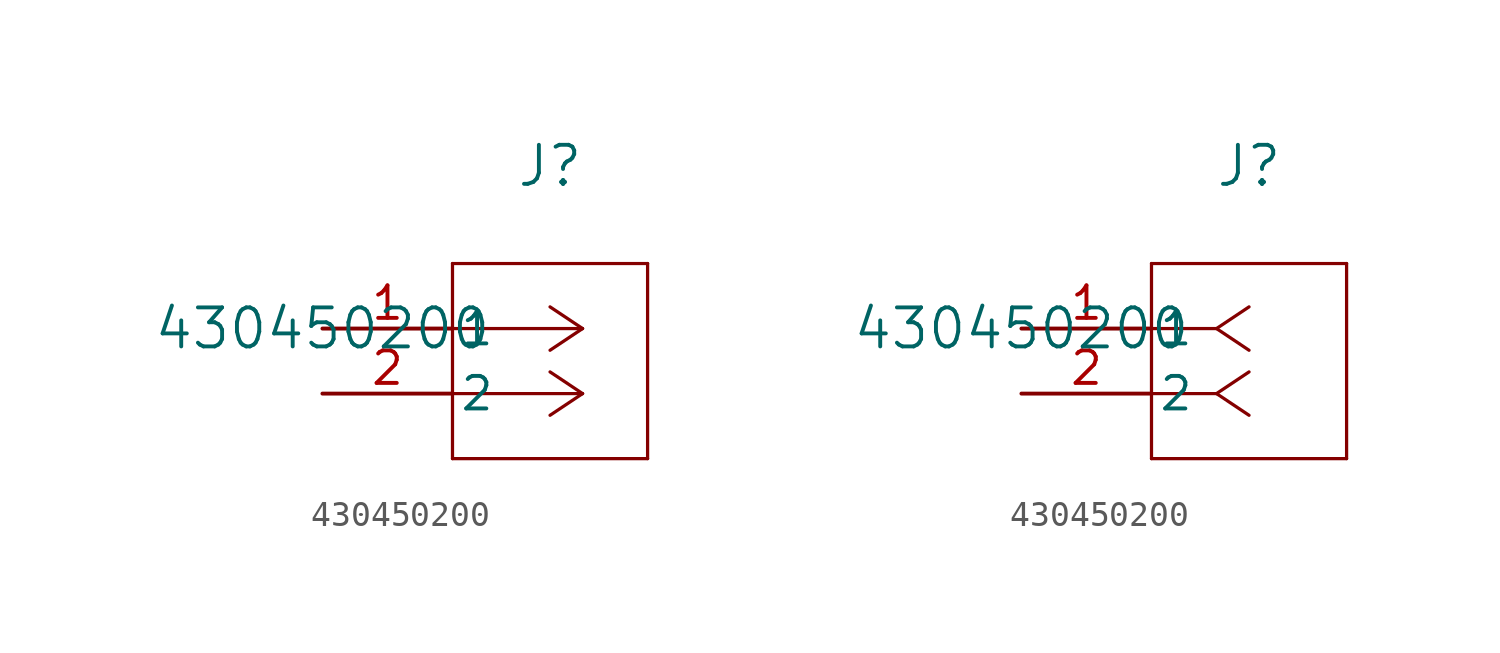
<source format=kicad_sym>
(kicad_symbol_lib
  (version 20211014)
  (generator kicad_symbol_editor)
  (symbol "430450200"
    (pin_names
      (offset 0.254))
    (property "Reference" "J"
      (at 8.89 6.35 0)
      (effects (font (size 1.524 1.524))))
    (property "Value" "430450200"
      (at 0 0 0)
      (effects (font (size 1.524 1.524))))
    (symbol "430450200_1_1"
      (polyline (pts (xy 10.16 0) (xy 5.08 0)) (stroke (width 0.127) (type default) (color 0 0 0 0)) (fill (type none)))
      (polyline (pts (xy 10.16 -2.54) (xy 5.08 -2.54)) (stroke (width 0.127) (type default) (color 0 0 0 0)) (fill (type none)))
      (polyline (pts (xy 10.16 0) (xy 8.89 0.847)) (stroke (width 0.127) (type default) (color 0 0 0 0)) (fill (type none)))
      (polyline (pts (xy 10.16 -2.54) (xy 8.89 -1.693)) (stroke (width 0.127) (type default) (color 0 0 0 0)) (fill (type none)))
      (polyline (pts (xy 10.16 0) (xy 8.89 -0.847)) (stroke (width 0.127) (type default) (color 0 0 0 0)) (fill (type none)))
      (polyline (pts (xy 10.16 -2.54) (xy 8.89 -3.387)) (stroke (width 0.127) (type default) (color 0 0 0 0)) (fill (type none)))
      (polyline (pts (xy 5.08 2.54) (xy 5.08 -5.08)) (stroke (width 0.127) (type default) (color 0 0 0 0)) (fill (type none)))
      (polyline (pts (xy 5.08 -5.08) (xy 12.7 -5.08)) (stroke (width 0.127) (type default) (color 0 0 0 0)) (fill (type none)))
      (polyline (pts (xy 12.7 -5.08) (xy 12.7 2.54)) (stroke (width 0.127) (type default) (color 0 0 0 0)) (fill (type none)))
      (polyline (pts (xy 12.7 2.54) (xy 5.08 2.54)) (stroke (width 0.127) (type default) (color 0 0 0 0)) (fill (type none)))
      (pin unspecified line (at 0 0 0) (length 5.08) (name "1" (effects (font (size 1.27 1.27)))) (number "1" (effects (font (size 1.27 1.27)))))
      (pin unspecified line (at 0 -2.54 0) (length 5.08) (name "2" (effects (font (size 1.27 1.27)))) (number "2" (effects (font (size 1.27 1.27))))))
    (symbol "430450200_1_2"
      (polyline (pts (xy 7.62 0) (xy 5.08 0)) (stroke (width 0.127) (type default) (color 0 0 0 0)) (fill (type none)))
      (polyline (pts (xy 7.62 -2.54) (xy 5.08 -2.54)) (stroke (width 0.127) (type default) (color 0 0 0 0)) (fill (type none)))
      (polyline (pts (xy 7.62 0) (xy 8.89 0.847)) (stroke (width 0.127) (type default) (color 0 0 0 0)) (fill (type none)))
      (polyline (pts (xy 7.62 -2.54) (xy 8.89 -1.693)) (stroke (width 0.127) (type default) (color 0 0 0 0)) (fill (type none)))
      (polyline (pts (xy 7.62 0) (xy 8.89 -0.847)) (stroke (width 0.127) (type default) (color 0 0 0 0)) (fill (type none)))
      (polyline (pts (xy 7.62 -2.54) (xy 8.89 -3.387)) (stroke (width 0.127) (type default) (color 0 0 0 0)) (fill (type none)))
      (polyline (pts (xy 5.08 2.54) (xy 5.08 -5.08)) (stroke (width 0.127) (type default) (color 0 0 0 0)) (fill (type none)))
      (polyline (pts (xy 5.08 -5.08) (xy 12.7 -5.08)) (stroke (width 0.127) (type default) (color 0 0 0 0)) (fill (type none)))
      (polyline (pts (xy 12.7 -5.08) (xy 12.7 2.54)) (stroke (width 0.127) (type default) (color 0 0 0 0)) (fill (type none)))
      (polyline (pts (xy 12.7 2.54) (xy 5.08 2.54)) (stroke (width 0.127) (type default) (color 0 0 0 0)) (fill (type none)))
      (pin unspecified line (at 0 0 0) (length 5.08) (name "1" (effects (font (size 1.27 1.27)))) (number "1" (effects (font (size 1.27 1.27)))))
      (pin unspecified line (at 0 -2.54 0) (length 5.08) (name "2" (effects (font (size 1.27 1.27)))) (number "2" (effects (font (size 1.27 1.27))))))))
</source>
